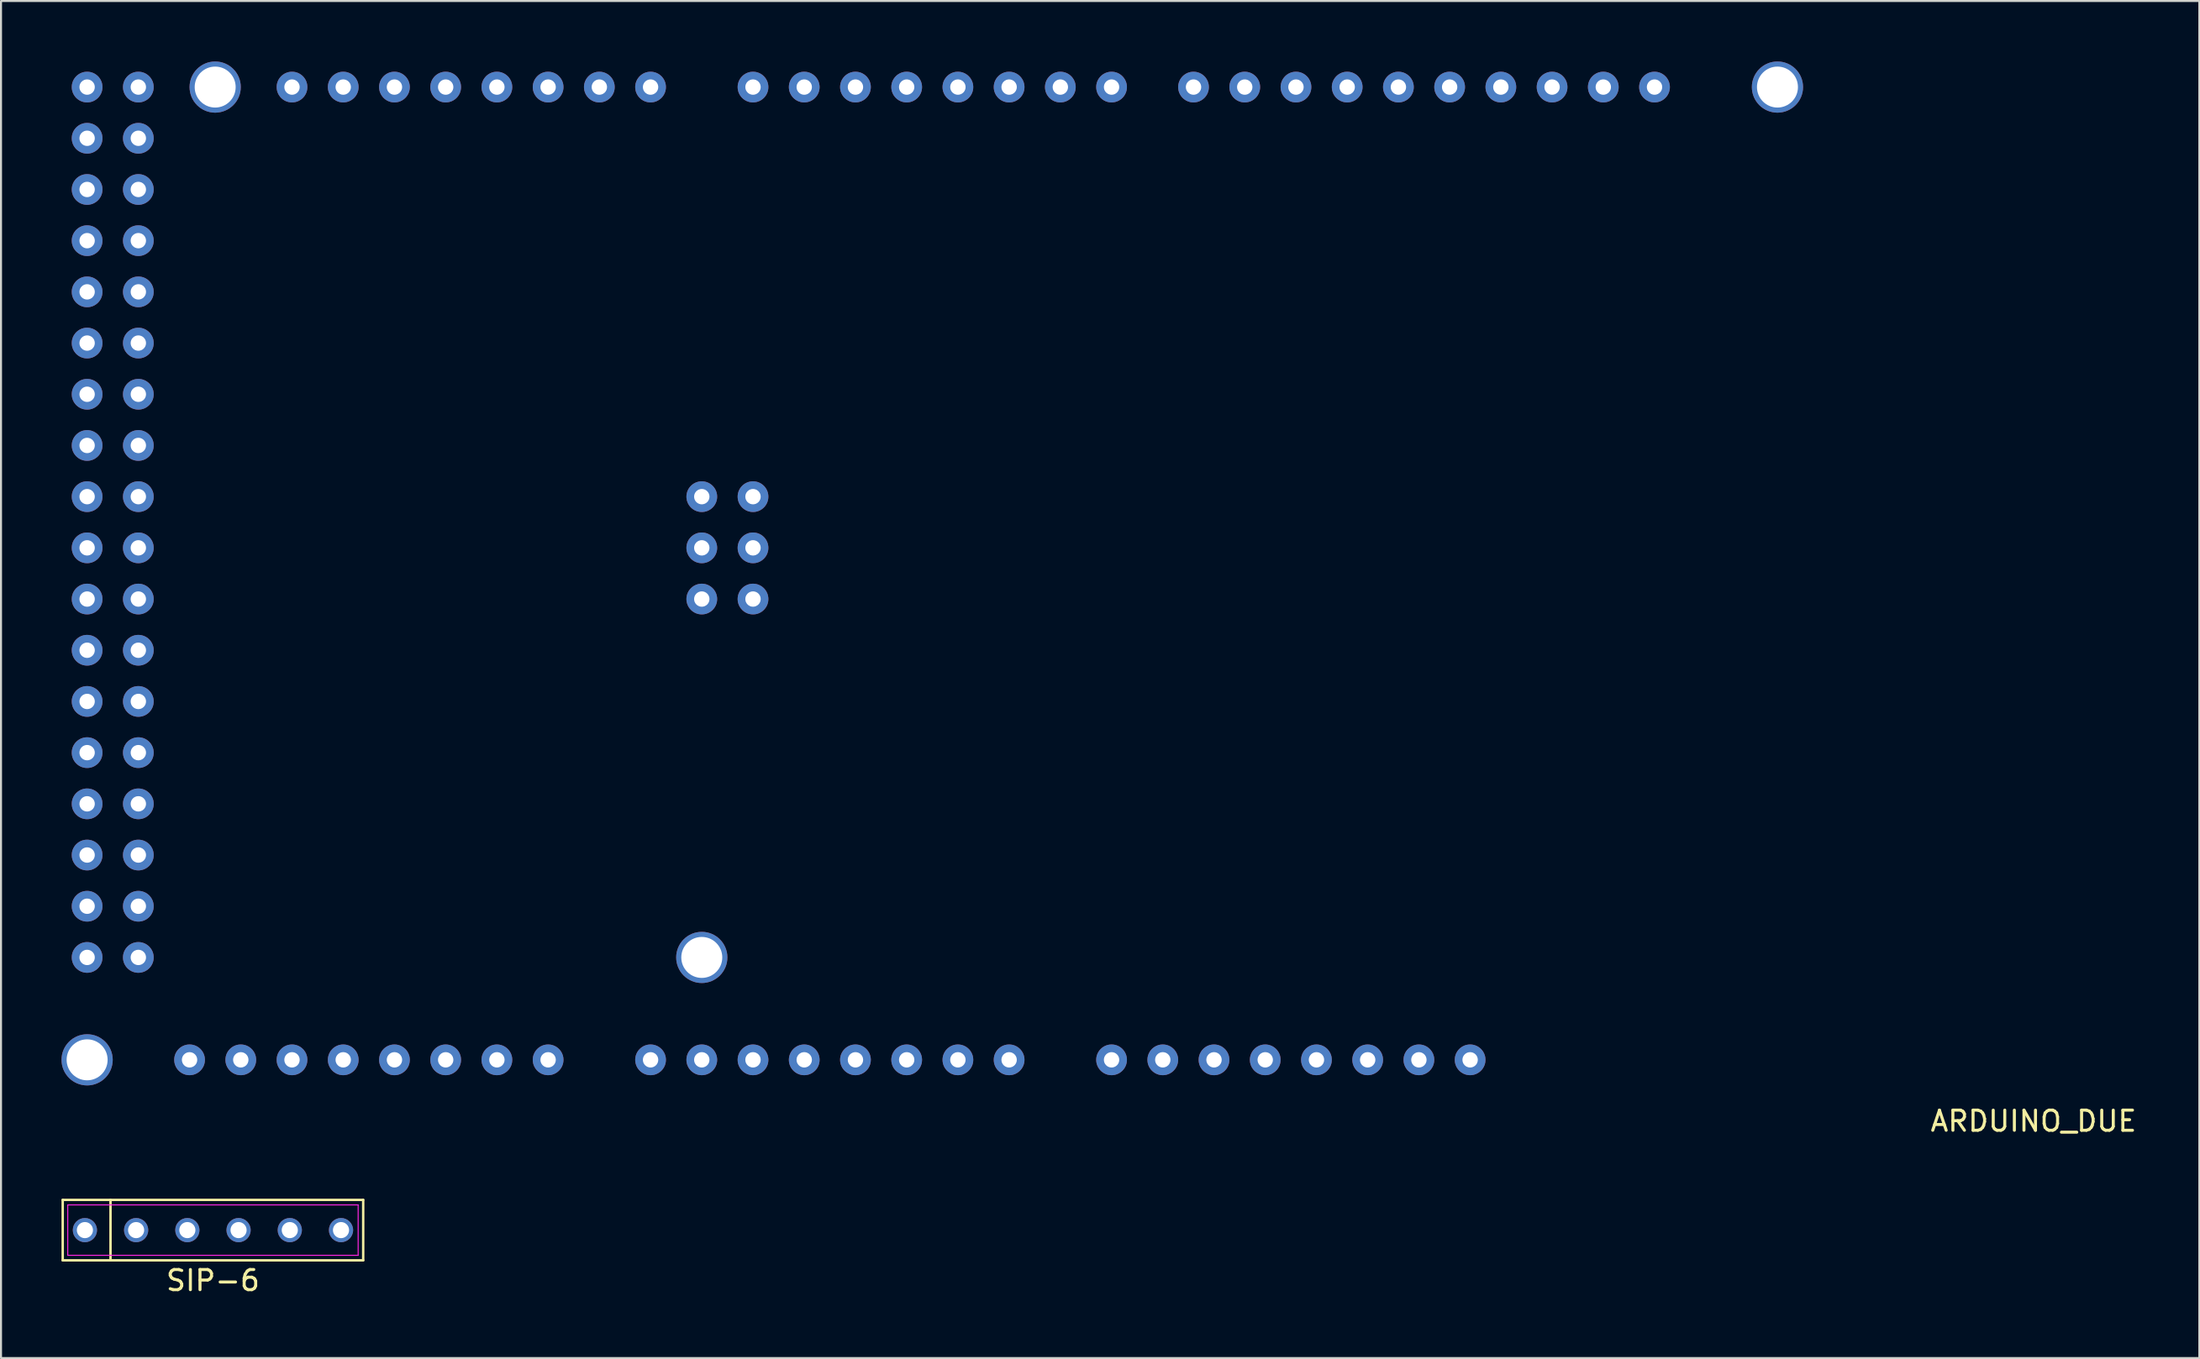
<source format=kicad_pcb>
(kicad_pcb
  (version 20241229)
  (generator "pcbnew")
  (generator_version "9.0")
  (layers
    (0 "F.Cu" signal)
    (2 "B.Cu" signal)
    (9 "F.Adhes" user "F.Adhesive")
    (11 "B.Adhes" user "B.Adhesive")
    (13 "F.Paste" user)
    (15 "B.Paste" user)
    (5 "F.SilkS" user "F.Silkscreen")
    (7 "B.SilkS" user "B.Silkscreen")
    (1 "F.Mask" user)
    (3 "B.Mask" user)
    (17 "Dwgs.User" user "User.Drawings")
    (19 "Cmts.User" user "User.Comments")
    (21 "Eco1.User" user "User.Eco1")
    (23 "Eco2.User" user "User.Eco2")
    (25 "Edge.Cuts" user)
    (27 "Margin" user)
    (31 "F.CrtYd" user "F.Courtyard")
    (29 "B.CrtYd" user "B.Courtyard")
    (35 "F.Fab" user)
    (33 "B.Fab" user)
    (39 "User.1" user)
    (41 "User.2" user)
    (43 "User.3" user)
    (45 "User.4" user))
  (footprint "SIP-6"
    (layer "F.Cu")
    (at 7.51 57.978)
    (property "Reference" "SIP-6" (at 0 2.5 0) (layer "F.SilkS") (effects (font (size 1 1) (thickness 0.15))))
    (attr through_hole)
    (fp_line (start -7.45 -1.5) (end 7.45 -1.5) (stroke (width 0.12) (type solid)) (layer "F.SilkS"))
    (fp_line (start -7.45 1.5) (end -7.45 -1.5) (stroke (width 0.12) (type solid)) (layer "F.SilkS"))
    (fp_line (start -5.08 -1.5) (end -5.08 1.5) (stroke (width 0.12) (type solid)) (layer "F.SilkS"))
    (fp_line (start 7.45 -1.5) (end 7.45 1.5) (stroke (width 0.12) (type solid)) (layer "F.SilkS"))
    (fp_line (start 7.45 1.5) (end -7.45 1.5) (stroke (width 0.12) (type solid)) (layer "F.SilkS"))
    (fp_line (start -7.2 -1.25) (end 7.2 -1.25) (stroke (width 0.05) (type solid)) (layer "F.CrtYd"))
    (fp_line (start -7.2 1.25) (end -7.2 -1.25) (stroke (width 0.05) (type solid)) (layer "F.CrtYd"))
    (fp_line (start 7.2 -1.25) (end 7.2 1.25) (stroke (width 0.05) (type solid)) (layer "F.CrtYd"))
    (fp_line (start 7.2 1.25) (end -7.2 1.25) (stroke (width 0.05) (type solid)) (layer "F.CrtYd"))
    (pad "1" thru_hole oval (at -6.35 0) (size 1.2 1.2) (drill 0.8) (layers "*.Cu" "*.Mask"))
    (pad "2" thru_hole oval (at -3.81 0) (size 1.2 1.2) (drill 0.8) (layers "*.Cu" "*.Mask"))
    (pad "3" thru_hole oval (at -1.27 0) (size 1.2 1.2) (drill 0.8) (layers "*.Cu" "*.Mask"))
    (pad "4" thru_hole oval (at 1.27 0) (size 1.2 1.2) (drill 0.8) (layers "*.Cu" "*.Mask"))
    (pad "5" thru_hole oval (at 3.81 0) (size 1.2 1.2) (drill 0.8) (layers "*.Cu" "*.Mask"))
    (pad "6" thru_hole oval (at 6.35 0) (size 1.2 1.2) (drill 0.8) (layers "*.Cu" "*.Mask")))
  (footprint "ARDUINO_DUE"
    (layer "F.Cu")
    (at 97.79 52.07)
    (property "Reference" "ARDUINO_DUE" (at 0 0.5 0) (layer "F.SilkS") (effects (font (size 1 1) (thickness 0.15))))
    (attr through_hole)
    (pad "1" thru_hole circle (at -27.94 -2.54) (size 1.524 1.524) (drill 0.762) (layers "*.Cu" "*.Mask"))
    (pad "2" thru_hole circle (at -30.48 -2.54) (size 1.524 1.524) (drill 0.762) (layers "*.Cu" "*.Mask"))
    (pad "3" thru_hole circle (at -33.02 -2.54) (size 1.524 1.524) (drill 0.762) (layers "*.Cu" "*.Mask"))
    (pad "4" thru_hole circle (at -35.56 -2.54) (size 1.524 1.524) (drill 0.762) (layers "*.Cu" "*.Mask"))
    (pad "5" thru_hole circle (at -38.1 -2.54) (size 1.524 1.524) (drill 0.762) (layers "*.Cu" "*.Mask"))
    (pad "6" thru_hole circle (at -40.64 -2.54) (size 1.524 1.524) (drill 0.762) (layers "*.Cu" "*.Mask"))
    (pad "7" thru_hole circle (at -43.18 -2.54) (size 1.524 1.524) (drill 0.762) (layers "*.Cu" "*.Mask"))
    (pad "8" thru_hole circle (at -45.72 -2.54) (size 1.524 1.524) (drill 0.762) (layers "*.Cu" "*.Mask"))
    (pad "9" thru_hole circle (at -50.8 -2.54) (size 1.524 1.524) (drill 0.762) (layers "*.Cu" "*.Mask"))
    (pad "10" thru_hole circle (at -53.34 -2.54) (size 1.524 1.524) (drill 0.762) (layers "*.Cu" "*.Mask"))
    (pad "11" thru_hole circle (at -55.88 -2.54) (size 1.524 1.524) (drill 0.762) (layers "*.Cu" "*.Mask"))
    (pad "12" thru_hole circle (at -58.42 -2.54) (size 1.524 1.524) (drill 0.762) (layers "*.Cu" "*.Mask"))
    (pad "13" thru_hole circle (at -60.96 -2.54) (size 1.524 1.524) (drill 0.762) (layers "*.Cu" "*.Mask"))
    (pad "14" thru_hole circle (at -63.5 -2.54) (size 1.524 1.524) (drill 0.762) (layers "*.Cu" "*.Mask"))
    (pad "15" thru_hole circle (at -66.04 -2.54) (size 1.524 1.524) (drill 0.762) (layers "*.Cu" "*.Mask"))
    (pad "16" thru_hole circle (at -68.58 -2.54) (size 1.524 1.524) (drill 0.762) (layers "*.Cu" "*.Mask"))
    (pad "17" thru_hole circle (at -73.66 -2.54) (size 1.524 1.524) (drill 0.762) (layers "*.Cu" "*.Mask"))
    (pad "18" thru_hole circle (at -76.2 -2.54) (size 1.524 1.524) (drill 0.762) (layers "*.Cu" "*.Mask"))
    (pad "19" thru_hole circle (at -78.74 -2.54) (size 1.524 1.524) (drill 0.762) (layers "*.Cu" "*.Mask"))
    (pad "20" thru_hole circle (at -81.28 -2.54) (size 1.524 1.524) (drill 0.762) (layers "*.Cu" "*.Mask"))
    (pad "21" thru_hole circle (at -83.82 -2.54) (size 1.524 1.524) (drill 0.762) (layers "*.Cu" "*.Mask"))
    (pad "22" thru_hole circle (at -86.36 -2.54) (size 1.524 1.524) (drill 0.762) (layers "*.Cu" "*.Mask"))
    (pad "23" thru_hole circle (at -88.9 -2.54) (size 1.524 1.524) (drill 0.762) (layers "*.Cu" "*.Mask"))
    (pad "24" thru_hole circle (at -91.44 -2.54) (size 1.524 1.524) (drill 0.762) (layers "*.Cu" "*.Mask"))
    (pad "25" thru_hole circle (at -93.98 -7.62) (size 1.524 1.524) (drill 0.762) (layers "*.Cu" "*.Mask"))
    (pad "26" thru_hole circle (at -96.52 -7.62) (size 1.524 1.524) (drill 0.762) (layers "*.Cu" "*.Mask"))
    (pad "27" thru_hole circle (at -93.98 -10.16) (size 1.524 1.524) (drill 0.762) (layers "*.Cu" "*.Mask"))
    (pad "28" thru_hole circle (at -96.52 -10.16) (size 1.524 1.524) (drill 0.762) (layers "*.Cu" "*.Mask"))
    (pad "29" thru_hole circle (at -93.98 -12.7) (size 1.524 1.524) (drill 0.762) (layers "*.Cu" "*.Mask"))
    (pad "30" thru_hole circle (at -96.52 -12.7) (size 1.524 1.524) (drill 0.762) (layers "*.Cu" "*.Mask"))
    (pad "31" thru_hole circle (at -93.98 -15.24) (size 1.524 1.524) (drill 0.762) (layers "*.Cu" "*.Mask"))
    (pad "32" thru_hole circle (at -96.52 -15.24) (size 1.524 1.524) (drill 0.762) (layers "*.Cu" "*.Mask"))
    (pad "33" thru_hole circle (at -93.98 -17.78) (size 1.524 1.524) (drill 0.762) (layers "*.Cu" "*.Mask"))
    (pad "34" thru_hole circle (at -96.52 -17.78) (size 1.524 1.524) (drill 0.762) (layers "*.Cu" "*.Mask"))
    (pad "35" thru_hole circle (at -93.98 -20.32) (size 1.524 1.524) (drill 0.762) (layers "*.Cu" "*.Mask"))
    (pad "36" thru_hole circle (at -96.52 -20.32) (size 1.524 1.524) (drill 0.762) (layers "*.Cu" "*.Mask"))
    (pad "37" thru_hole circle (at -93.98 -22.86) (size 1.524 1.524) (drill 0.762) (layers "*.Cu" "*.Mask"))
    (pad "38" thru_hole circle (at -96.52 -22.86) (size 1.524 1.524) (drill 0.762) (layers "*.Cu" "*.Mask"))
    (pad "39" thru_hole circle (at -93.98 -25.4) (size 1.524 1.524) (drill 0.762) (layers "*.Cu" "*.Mask"))
    (pad "40" thru_hole circle (at -96.52 -25.4) (size 1.524 1.524) (drill 0.762) (layers "*.Cu" "*.Mask"))
    (pad "41" thru_hole circle (at -93.98 -27.94) (size 1.524 1.524) (drill 0.762) (layers "*.Cu" "*.Mask"))
    (pad "42" thru_hole circle (at -96.52 -27.94) (size 1.524 1.524) (drill 0.762) (layers "*.Cu" "*.Mask"))
    (pad "43" thru_hole circle (at -93.98 -30.48) (size 1.524 1.524) (drill 0.762) (layers "*.Cu" "*.Mask"))
    (pad "44" thru_hole circle (at -96.52 -30.48) (size 1.524 1.524) (drill 0.762) (layers "*.Cu" "*.Mask"))
    (pad "45" thru_hole circle (at -93.98 -33.02) (size 1.524 1.524) (drill 0.762) (layers "*.Cu" "*.Mask"))
    (pad "46" thru_hole circle (at -96.52 -33.02) (size 1.524 1.524) (drill 0.762) (layers "*.Cu" "*.Mask"))
    (pad "47" thru_hole circle (at -93.98 -35.56) (size 1.524 1.524) (drill 0.762) (layers "*.Cu" "*.Mask"))
    (pad "48" thru_hole circle (at -96.52 -35.56) (size 1.524 1.524) (drill 0.762) (layers "*.Cu" "*.Mask"))
    (pad "49" thru_hole circle (at -93.98 -38.1) (size 1.524 1.524) (drill 0.762) (layers "*.Cu" "*.Mask"))
    (pad "50" thru_hole circle (at -96.52 -38.1) (size 1.524 1.524) (drill 0.762) (layers "*.Cu" "*.Mask"))
    (pad "51" thru_hole circle (at -93.98 -40.64) (size 1.524 1.524) (drill 0.762) (layers "*.Cu" "*.Mask"))
    (pad "52" thru_hole circle (at -96.52 -40.64) (size 1.524 1.524) (drill 0.762) (layers "*.Cu" "*.Mask"))
    (pad "53" thru_hole circle (at -93.98 -43.18) (size 1.524 1.524) (drill 0.762) (layers "*.Cu" "*.Mask"))
    (pad "54" thru_hole circle (at -96.52 -43.18) (size 1.524 1.524) (drill 0.762) (layers "*.Cu" "*.Mask"))
    (pad "55" thru_hole circle (at -93.98 -45.72) (size 1.524 1.524) (drill 0.762) (layers "*.Cu" "*.Mask"))
    (pad "56" thru_hole circle (at -96.52 -45.72) (size 1.524 1.524) (drill 0.762) (layers "*.Cu" "*.Mask"))
    (pad "57" thru_hole circle (at -93.98 -48.26) (size 1.524 1.524) (drill 0.762) (layers "*.Cu" "*.Mask"))
    (pad "58" thru_hole circle (at -96.52 -48.26) (size 1.524 1.524) (drill 0.762) (layers "*.Cu" "*.Mask"))
    (pad "59" thru_hole circle (at -93.98 -50.8) (size 1.524 1.524) (drill 0.762) (layers "*.Cu" "*.Mask"))
    (pad "60" thru_hole circle (at -96.52 -50.8) (size 1.524 1.524) (drill 0.762) (layers "*.Cu" "*.Mask"))
    (pad "61" thru_hole circle (at -86.36 -50.8) (size 1.524 1.524) (drill 0.762) (layers "*.Cu" "*.Mask"))
    (pad "62" thru_hole circle (at -83.82 -50.8) (size 1.524 1.524) (drill 0.762) (layers "*.Cu" "*.Mask"))
    (pad "63" thru_hole circle (at -81.28 -50.8) (size 1.524 1.524) (drill 0.762) (layers "*.Cu" "*.Mask"))
    (pad "64" thru_hole circle (at -78.74 -50.8) (size 1.524 1.524) (drill 0.762) (layers "*.Cu" "*.Mask"))
    (pad "65" thru_hole circle (at -76.2 -50.8) (size 1.524 1.524) (drill 0.762) (layers "*.Cu" "*.Mask"))
    (pad "66" thru_hole circle (at -73.66 -50.8) (size 1.524 1.524) (drill 0.762) (layers "*.Cu" "*.Mask"))
    (pad "67" thru_hole circle (at -71.12 -50.8) (size 1.524 1.524) (drill 0.762) (layers "*.Cu" "*.Mask"))
    (pad "68" thru_hole circle (at -68.58 -50.8) (size 1.524 1.524) (drill 0.762) (layers "*.Cu" "*.Mask"))
    (pad "69" thru_hole circle (at -63.5 -50.8) (size 1.524 1.524) (drill 0.762) (layers "*.Cu" "*.Mask"))
    (pad "70" thru_hole circle (at -60.96 -50.8) (size 1.524 1.524) (drill 0.762) (layers "*.Cu" "*.Mask"))
    (pad "71" thru_hole circle (at -58.42 -50.8) (size 1.524 1.524) (drill 0.762) (layers "*.Cu" "*.Mask"))
    (pad "72" thru_hole circle (at -55.88 -50.8) (size 1.524 1.524) (drill 0.762) (layers "*.Cu" "*.Mask"))
    (pad "73" thru_hole circle (at -53.34 -50.8) (size 1.524 1.524) (drill 0.762) (layers "*.Cu" "*.Mask"))
    (pad "74" thru_hole circle (at -50.8 -50.8) (size 1.524 1.524) (drill 0.762) (layers "*.Cu" "*.Mask"))
    (pad "75" thru_hole circle (at -48.26 -50.8) (size 1.524 1.524) (drill 0.762) (layers "*.Cu" "*.Mask"))
    (pad "76" thru_hole circle (at -45.72 -50.8) (size 1.524 1.524) (drill 0.762) (layers "*.Cu" "*.Mask"))
    (pad "77" thru_hole circle (at -41.656 -50.8) (size 1.524 1.524) (drill 0.762) (layers "*.Cu" "*.Mask"))
    (pad "78" thru_hole circle (at -39.116 -50.8) (size 1.524 1.524) (drill 0.762) (layers "*.Cu" "*.Mask"))
    (pad "79" thru_hole circle (at -36.576 -50.8) (size 1.524 1.524) (drill 0.762) (layers "*.Cu" "*.Mask"))
    (pad "80" thru_hole circle (at -34.036 -50.8) (size 1.524 1.524) (drill 0.762) (layers "*.Cu" "*.Mask"))
    (pad "81" thru_hole circle (at -31.496 -50.8) (size 1.524 1.524) (drill 0.762) (layers "*.Cu" "*.Mask"))
    (pad "82" thru_hole circle (at -28.956 -50.8) (size 1.524 1.524) (drill 0.762) (layers "*.Cu" "*.Mask"))
    (pad "83" thru_hole circle (at -26.416 -50.8) (size 1.524 1.524) (drill 0.762) (layers "*.Cu" "*.Mask"))
    (pad "84" thru_hole circle (at -23.876 -50.8) (size 1.524 1.524) (drill 0.762) (layers "*.Cu" "*.Mask"))
    (pad "85" thru_hole circle (at -21.336 -50.8) (size 1.524 1.524) (drill 0.762) (layers "*.Cu" "*.Mask"))
    (pad "86" thru_hole circle (at -18.796 -50.8) (size 1.524 1.524) (drill 0.762) (layers "*.Cu" "*.Mask"))
    (pad "87" thru_hole circle (at -63.5 -30.48) (size 1.524 1.524) (drill 0.762) (layers "*.Cu" "*.Mask"))
    (pad "88" thru_hole circle (at -63.5 -27.94) (size 1.524 1.524) (drill 0.762) (layers "*.Cu" "*.Mask"))
    (pad "89" thru_hole circle (at -63.5 -25.4) (size 1.524 1.524) (drill 0.762) (layers "*.Cu" "*.Mask"))
    (pad "90" thru_hole circle (at -66.04 -25.4) (size 1.524 1.524) (drill 0.762) (layers "*.Cu" "*.Mask"))
    (pad "91" thru_hole circle (at -66.04 -27.94) (size 1.524 1.524) (drill 0.762) (layers "*.Cu" "*.Mask"))
    (pad "92" thru_hole circle (at -66.04 -30.48) (size 1.524 1.524) (drill 0.762) (layers "*.Cu" "*.Mask"))
    (pad "93" thru_hole circle (at -12.7 -50.8) (size 2.54 2.54) (drill 2.032) (layers "*.Cu" "*.Mask"))
    (pad "94" thru_hole circle (at -90.17 -50.8) (size 2.54 2.54) (drill 2.032) (layers "*.Cu" "*.Mask"))
    (pad "95" thru_hole circle (at -66.04 -7.62) (size 2.54 2.54) (drill 2.032) (layers "*.Cu" "*.Mask"))
    (pad "96" thru_hole circle (at -96.52 -2.54) (size 2.54 2.54) (drill 2.032) (layers "*.Cu" "*.Mask")))
  (gr_rect
    (start -3 -3)
    (end 106.01 64.326)
    (stroke (width 0.1) (type default))
    (fill no)
    (layer "Edge.Cuts")))
</source>
